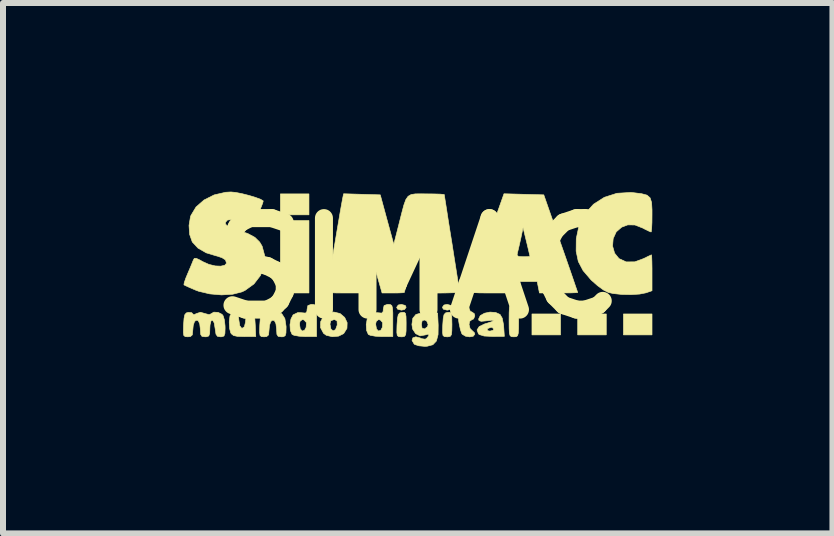
<source format=kicad_pcb>
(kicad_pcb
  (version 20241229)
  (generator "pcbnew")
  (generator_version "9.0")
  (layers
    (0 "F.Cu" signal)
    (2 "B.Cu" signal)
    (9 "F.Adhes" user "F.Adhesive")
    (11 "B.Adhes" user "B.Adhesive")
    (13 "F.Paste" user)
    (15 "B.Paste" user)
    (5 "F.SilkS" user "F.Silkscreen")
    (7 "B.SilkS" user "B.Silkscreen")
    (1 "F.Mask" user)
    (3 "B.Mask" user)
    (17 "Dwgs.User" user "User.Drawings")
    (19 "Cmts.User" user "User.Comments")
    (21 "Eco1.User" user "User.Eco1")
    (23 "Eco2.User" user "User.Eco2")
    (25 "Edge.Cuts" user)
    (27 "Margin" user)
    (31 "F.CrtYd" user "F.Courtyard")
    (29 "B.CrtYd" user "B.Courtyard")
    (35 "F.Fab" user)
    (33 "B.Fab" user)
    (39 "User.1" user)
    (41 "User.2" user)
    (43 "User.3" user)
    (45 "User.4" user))
  (footprint "SIMAC"
    (layer "F.Cu")
    (at 3.907 1.418)
    (property "Reference" "SIMAC" (at 0 0 0) (layer "F.SilkS") (effects (font (size 1.524 1.524) (thickness 0.3))))
    (attr through_hole)
    (fp_poly (pts (xy -1.81 -0.889) (xy -2.286 -0.889) (xy -2.286 -1.238) (xy -1.81 -1.238) (xy -1.81 -0.889)) (stroke (width 0.01) (type solid)) (fill yes) (layer "F.SilkS"))
    (fp_poly (pts (xy -1.81 0.413) (xy -2.286 0.413) (xy -2.286 -0.794) (xy -1.81 -0.794) (xy -1.81 0.413)) (stroke (width 0.01) (type solid)) (fill yes) (layer "F.SilkS"))
    (fp_poly (pts (xy 2.381 1.111) (xy 1.905 1.111) (xy 1.905 0.762) (xy 2.381 0.762) (xy 2.381 1.111)) (stroke (width 0.01) (type solid)) (fill yes) (layer "F.SilkS"))
    (fp_poly (pts (xy 3.143 1.111) (xy 2.667 1.111) (xy 2.667 0.762) (xy 3.143 0.762) (xy 3.143 1.111)) (stroke (width 0.01) (type solid)) (fill yes) (layer "F.SilkS"))
    (fp_poly (pts (xy 3.905 1.111) (xy 3.429 1.111) (xy 3.429 0.762) (xy 3.905 0.762) (xy 3.905 1.111)) (stroke (width 0.01) (type solid)) (fill yes) (layer "F.SilkS"))
    (fp_poly (pts (xy -0.206 0.62) (xy -0.191 0.651) (xy -0.218 0.689) (xy -0.27 0.699) (xy -0.334 0.682) (xy -0.349 0.651) (xy -0.322 0.613) (xy -0.27 0.603) (xy -0.206 0.62)) (stroke (width 0.01) (type solid)) (fill yes) (layer "F.SilkS"))
    (fp_poly (pts (xy 0.556 0.62) (xy 0.572 0.651) (xy 0.544 0.689) (xy 0.492 0.699) (xy 0.428 0.682) (xy 0.413 0.651) (xy 0.44 0.613) (xy 0.492 0.603) (xy 0.556 0.62)) (stroke (width 0.01) (type solid)) (fill yes) (layer "F.SilkS"))
    (fp_poly (pts (xy -0.202 0.753) (xy -0.193 0.806) (xy -0.191 0.905) (xy -0.191 0.934) (xy -0.192 1.046) (xy -0.199 1.108) (xy -0.219 1.136) (xy -0.256 1.143) (xy -0.271 1.143) (xy -0.315 1.14) (xy -0.339 1.121) (xy -0.346 1.07) (xy -0.344 0.975) (xy -0.343 0.945) (xy -0.335 0.835) (xy -0.322 0.774) (xy -0.297 0.745) (xy -0.262 0.736) (xy -0.224 0.735) (xy -0.202 0.753)) (stroke (width 0.01) (type solid)) (fill yes) (layer "F.SilkS"))
    (fp_poly (pts (xy 0.56 0.753) (xy 0.569 0.806) (xy 0.571 0.905) (xy 0.572 0.934) (xy 0.57 1.046) (xy 0.563 1.108) (xy 0.543 1.136) (xy 0.506 1.143) (xy 0.491 1.143) (xy 0.447 1.14) (xy 0.423 1.121) (xy 0.416 1.07) (xy 0.418 0.975) (xy 0.419 0.945) (xy 0.427 0.835) (xy 0.44 0.774) (xy 0.465 0.745) (xy 0.5 0.736) (xy 0.538 0.735) (xy 0.56 0.753)) (stroke (width 0.01) (type solid)) (fill yes) (layer "F.SilkS"))
    (fp_poly (pts (xy 1.642 0.606) (xy 1.665 0.622) (xy 1.677 0.663) (xy 1.682 0.743) (xy 1.683 0.873) (xy 1.682 1.004) (xy 1.677 1.084) (xy 1.665 1.125) (xy 1.642 1.141) (xy 1.603 1.143) (xy 1.565 1.141) (xy 1.541 1.125) (xy 1.529 1.083) (xy 1.525 1.003) (xy 1.524 0.873) (xy 1.525 0.742) (xy 1.529 0.663) (xy 1.542 0.621) (xy 1.565 0.606) (xy 1.603 0.603) (xy 1.642 0.606)) (stroke (width 0.01) (type solid)) (fill yes) (layer "F.SilkS"))
    (fp_poly (pts (xy -1.292 0.755) (xy -1.215 0.82) (xy -1.174 0.907) (xy -1.177 1.002) (xy -1.23 1.087) (xy -1.233 1.09) (xy -1.317 1.132) (xy -1.423 1.141) (xy -1.521 1.118) (xy -1.567 1.085) (xy -1.617 0.99) (xy -1.616 0.931) (xy -1.46 0.931) (xy -1.444 1.013) (xy -1.408 1.044) (xy -1.367 1.023) (xy -1.34 0.949) (xy -1.339 0.942) (xy -1.342 0.879) (xy -1.378 0.858) (xy -1.395 0.857) (xy -1.447 0.876) (xy -1.46 0.931) (xy -1.616 0.931) (xy -1.615 0.891) (xy -1.568 0.804) (xy -1.483 0.746) (xy -1.397 0.73) (xy -1.292 0.755)) (stroke (width 0.01) (type solid)) (fill yes) (layer "F.SilkS"))
    (fp_poly (pts (xy 0.857 0.662) (xy 0.857 0.667) (xy 0.877 0.718) (xy 0.905 0.73) (xy 0.944 0.757) (xy 0.953 0.794) (xy 0.933 0.845) (xy 0.905 0.857) (xy 0.867 0.885) (xy 0.857 0.938) (xy 0.874 1.005) (xy 0.905 1.036) (xy 0.947 1.076) (xy 0.953 1.099) (xy 0.927 1.133) (xy 0.868 1.144) (xy 0.799 1.133) (xy 0.745 1.101) (xy 0.735 1.087) (xy 0.713 1.023) (xy 0.692 0.926) (xy 0.685 0.884) (xy 0.676 0.787) (xy 0.688 0.726) (xy 0.728 0.676) (xy 0.735 0.669) (xy 0.805 0.614) (xy 0.844 0.612) (xy 0.857 0.662)) (stroke (width 0.01) (type solid)) (fill yes) (layer "F.SilkS"))
    (fp_poly (pts (xy -2.784 0.736) (xy -2.745 0.749) (xy -2.723 0.783) (xy -2.711 0.853) (xy -2.705 0.942) (xy -2.696 1.138) (xy -2.888 1.139) (xy -3 1.136) (xy -3.066 1.122) (xy -3.103 1.093) (xy -3.113 1.077) (xy -3.132 1.005) (xy -3.138 0.906) (xy -3.137 0.88) (xy -3.125 0.792) (xy -3.098 0.749) (xy -3.058 0.736) (xy -3.014 0.738) (xy -2.991 0.77) (xy -2.98 0.847) (xy -2.978 0.863) (xy -2.963 0.958) (xy -2.933 0.998) (xy -2.921 1) (xy -2.886 0.976) (xy -2.867 0.899) (xy -2.864 0.863) (xy -2.853 0.778) (xy -2.833 0.74) (xy -2.792 0.735) (xy -2.784 0.736)) (stroke (width 0.01) (type solid)) (fill yes) (layer "F.SilkS"))
    (fp_poly (pts (xy -1.724 0.606) (xy -1.7 0.622) (xy -1.688 0.664) (xy -1.683 0.745) (xy -1.683 0.871) (xy -1.683 1.138) (xy -1.869 1.139) (xy -1.975 1.133) (xy -2.058 1.118) (xy -2.091 1.103) (xy -2.12 1.037) (xy -2.126 0.942) (xy -2.124 0.931) (xy -1.968 0.931) (xy -1.955 1.011) (xy -1.922 1.047) (xy -1.883 1.033) (xy -1.857 0.985) (xy -1.852 0.906) (xy -1.892 0.862) (xy -1.923 0.857) (xy -1.959 0.885) (xy -1.968 0.931) (xy -2.124 0.931) (xy -2.11 0.846) (xy -2.074 0.777) (xy -1.995 0.739) (xy -1.932 0.742) (xy -1.867 0.748) (xy -1.844 0.721) (xy -1.841 0.682) (xy -1.828 0.622) (xy -1.776 0.604) (xy -1.762 0.603) (xy -1.724 0.606)) (stroke (width 0.01) (type solid)) (fill yes) (layer "F.SilkS"))
    (fp_poly (pts (xy -0.454 0.606) (xy -0.43 0.622) (xy -0.418 0.664) (xy -0.413 0.745) (xy -0.413 0.871) (xy -0.413 1.138) (xy -0.599 1.139) (xy -0.705 1.133) (xy -0.788 1.118) (xy -0.821 1.103) (xy -0.85 1.037) (xy -0.856 0.942) (xy -0.854 0.931) (xy -0.699 0.931) (xy -0.685 1.011) (xy -0.652 1.047) (xy -0.613 1.033) (xy -0.587 0.985) (xy -0.582 0.906) (xy -0.622 0.862) (xy -0.653 0.857) (xy -0.689 0.885) (xy -0.699 0.931) (xy -0.854 0.931) (xy -0.84 0.846) (xy -0.804 0.777) (xy -0.725 0.739) (xy -0.662 0.742) (xy -0.597 0.748) (xy -0.574 0.721) (xy -0.572 0.682) (xy -0.558 0.622) (xy -0.506 0.604) (xy -0.492 0.603) (xy -0.454 0.606)) (stroke (width 0.01) (type solid)) (fill yes) (layer "F.SilkS"))
    (fp_poly (pts (xy -2.263 0.758) (xy -2.211 0.84) (xy -2.191 0.971) (xy -2.191 0.987) (xy -2.193 1.08) (xy -2.207 1.126) (xy -2.24 1.142) (xy -2.27 1.143) (xy -2.322 1.136) (xy -2.344 1.103) (xy -2.349 1.025) (xy -2.349 1.018) (xy -2.36 0.925) (xy -2.387 0.872) (xy -2.423 0.867) (xy -2.448 0.893) (xy -2.468 0.954) (xy -2.476 1.04) (xy -2.483 1.111) (xy -2.515 1.139) (xy -2.557 1.143) (xy -2.601 1.14) (xy -2.625 1.121) (xy -2.632 1.07) (xy -2.63 0.975) (xy -2.629 0.945) (xy -2.621 0.835) (xy -2.608 0.774) (xy -2.583 0.745) (xy -2.548 0.736) (xy -2.491 0.743) (xy -2.477 0.766) (xy -2.467 0.79) (xy -2.438 0.768) (xy -2.374 0.734) (xy -2.345 0.73) (xy -2.263 0.758)) (stroke (width 0.01) (type solid)) (fill yes) (layer "F.SilkS"))
    (fp_poly (pts (xy 1.301 0.738) (xy 1.373 0.77) (xy 1.41 0.833) (xy 1.432 0.945) (xy 1.434 0.973) (xy 1.445 1.136) (xy 1.248 1.137) (xy 1.108 1.13) (xy 1.027 1.105) (xy 1.014 1.093) (xy 0.99 1.029) (xy 0.998 1.016) (xy 1.159 1.016) (xy 1.169 1.041) (xy 1.205 1.048) (xy 1.257 1.035) (xy 1.27 1.016) (xy 1.244 0.988) (xy 1.224 0.984) (xy 1.17 1.004) (xy 1.159 1.016) (xy 0.998 1.016) (xy 1.026 0.972) (xy 1.12 0.927) (xy 1.141 0.921) (xy 1.234 0.892) (xy 1.266 0.873) (xy 1.238 0.866) (xy 1.149 0.876) (xy 1.143 0.877) (xy 1.06 0.885) (xy 1.023 0.873) (xy 1.016 0.847) (xy 1.044 0.79) (xy 1.114 0.75) (xy 1.206 0.731) (xy 1.301 0.738)) (stroke (width 0.01) (type solid)) (fill yes) (layer "F.SilkS"))
    (fp_poly (pts (xy 0.333 0.746) (xy 0.343 0.948) (xy 0.341 1.106) (xy 0.313 1.213) (xy 0.254 1.275) (xy 0.159 1.3) (xy 0.117 1.302) (xy 0.023 1.293) (xy -0.045 1.272) (xy -0.057 1.264) (xy -0.093 1.203) (xy -0.079 1.16) (xy -0.029 1.143) (xy 0.045 1.163) (xy 0.062 1.173) (xy 0.126 1.183) (xy 0.15 1.169) (xy 0.188 1.122) (xy 0.178 1.098) (xy 0.126 1.112) (xy 0.125 1.112) (xy 0.042 1.127) (xy -0.033 1.09) (xy -0.083 1.014) (xy -0.095 0.938) (xy -0.095 0.937) (xy 0.064 0.937) (xy 0.074 0.998) (xy 0.113 1.011) (xy 0.119 1.01) (xy 0.165 0.974) (xy 0.175 0.937) (xy 0.151 0.88) (xy 0.119 0.863) (xy 0.077 0.872) (xy 0.064 0.928) (xy 0.064 0.937) (xy -0.095 0.937) (xy -0.08 0.834) (xy -0.028 0.771) (xy 0.068 0.743) (xy 0.167 0.74) (xy 0.333 0.746)) (stroke (width 0.01) (type solid)) (fill yes) (layer "F.SilkS"))
    (fp_poly (pts (xy 1.77 -1.231) (xy 2.102 -1.222) (xy 2.384 -0.413) (xy 2.459 -0.199) (xy 2.526 -0.006) (xy 2.583 0.159) (xy 2.627 0.288) (xy 2.656 0.372) (xy 2.667 0.405) (xy 2.667 0.405) (xy 2.637 0.408) (xy 2.558 0.411) (xy 2.442 0.412) (xy 2.349 0.413) (xy 2.03 0.413) (xy 1.992 0.222) (xy 1.532 0.222) (xy 1.494 0.413) (xy 1.172 0.413) (xy 1.024 0.411) (xy 0.93 0.406) (xy 0.881 0.395) (xy 0.866 0.378) (xy 0.868 0.368) (xy 0.883 0.327) (xy 0.916 0.234) (xy 0.964 0.099) (xy 1.024 -0.071) (xy 1.075 -0.215) (xy 1.657 -0.215) (xy 1.684 -0.195) (xy 1.758 -0.191) (xy 1.758 -0.191) (xy 1.833 -0.192) (xy 1.871 -0.197) (xy 1.872 -0.198) (xy 1.864 -0.231) (xy 1.846 -0.309) (xy 1.82 -0.418) (xy 1.814 -0.442) (xy 1.757 -0.677) (xy 1.721 -0.505) (xy 1.696 -0.394) (xy 1.674 -0.299) (xy 1.664 -0.262) (xy 1.657 -0.215) (xy 1.075 -0.215) (xy 1.094 -0.267) (xy 1.162 -0.459) (xy 1.439 -1.24) (xy 1.77 -1.231)) (stroke (width 0.01) (type solid)) (fill yes) (layer "F.SilkS"))
    (fp_poly (pts (xy 3.595 -1.258) (xy 3.732 -1.241) (xy 3.822 -1.217) (xy 3.873 -1.172) (xy 3.898 -1.095) (xy 3.905 -0.973) (xy 3.905 -0.888) (xy 3.904 -0.762) (xy 3.899 -0.665) (xy 3.893 -0.61) (xy 3.889 -0.603) (xy 3.854 -0.617) (xy 3.784 -0.651) (xy 3.755 -0.667) (xy 3.621 -0.72) (xy 3.502 -0.722) (xy 3.4 -0.684) (xy 3.309 -0.605) (xy 3.258 -0.493) (xy 3.248 -0.369) (xy 3.282 -0.25) (xy 3.355 -0.16) (xy 3.475 -0.105) (xy 3.617 -0.106) (xy 3.762 -0.159) (xy 3.84 -0.197) (xy 3.889 -0.22) (xy 3.896 -0.222) (xy 3.9 -0.193) (xy 3.903 -0.114) (xy 3.905 0.001) (xy 3.905 0.076) (xy 3.905 0.375) (xy 3.805 0.41) (xy 3.699 0.431) (xy 3.556 0.44) (xy 3.4 0.437) (xy 3.258 0.422) (xy 3.175 0.403) (xy 3.098 0.364) (xy 2.999 0.292) (xy 2.897 0.202) (xy 2.887 0.192) (xy 2.757 0.04) (xy 2.677 -0.112) (xy 2.641 -0.283) (xy 2.643 -0.491) (xy 2.69 -0.715) (xy 2.789 -0.909) (xy 2.931 -1.066) (xy 3.111 -1.181) (xy 3.32 -1.248) (xy 3.552 -1.262) (xy 3.595 -1.258)) (stroke (width 0.01) (type solid)) (fill yes) (layer "F.SilkS"))
    (fp_poly (pts (xy -3.323 0.736) (xy -3.259 0.768) (xy -3.24 0.792) (xy -3.219 0.861) (xy -3.208 0.96) (xy -3.207 0.998) (xy -3.21 1.087) (xy -3.226 1.13) (xy -3.263 1.142) (xy -3.284 1.143) (xy -3.334 1.135) (xy -3.359 1.1) (xy -3.371 1.02) (xy -3.372 1.011) (xy -3.389 0.911) (xy -3.415 0.865) (xy -3.441 0.876) (xy -3.458 0.944) (xy -3.461 0.997) (xy -3.464 1.087) (xy -3.479 1.129) (xy -3.517 1.142) (xy -3.54 1.143) (xy -3.592 1.136) (xy -3.614 1.103) (xy -3.619 1.025) (xy -3.619 1.018) (xy -3.63 0.925) (xy -3.657 0.872) (xy -3.693 0.867) (xy -3.718 0.893) (xy -3.738 0.954) (xy -3.746 1.04) (xy -3.753 1.111) (xy -3.785 1.139) (xy -3.827 1.143) (xy -3.871 1.14) (xy -3.895 1.121) (xy -3.902 1.07) (xy -3.9 0.975) (xy -3.899 0.945) (xy -3.891 0.835) (xy -3.878 0.774) (xy -3.853 0.745) (xy -3.818 0.736) (xy -3.763 0.741) (xy -3.747 0.76) (xy -3.727 0.776) (xy -3.685 0.756) (xy -3.618 0.734) (xy -3.544 0.755) (xy -3.473 0.774) (xy -3.444 0.761) (xy -3.395 0.732) (xy -3.323 0.736)) (stroke (width 0.01) (type solid)) (fill yes) (layer "F.SilkS"))
    (fp_poly (pts (xy -3.029 -1.262) (xy -2.923 -1.241) (xy -2.808 -1.212) (xy -2.7 -1.179) (xy -2.616 -1.148) (xy -2.574 -1.123) (xy -2.572 -1.118) (xy -2.583 -1.079) (xy -2.614 -1) (xy -2.656 -0.896) (xy -2.656 -0.896) (xy -2.707 -0.786) (xy -2.745 -0.729) (xy -2.779 -0.714) (xy -2.791 -0.717) (xy -2.958 -0.78) (xy -3.084 -0.809) (xy -3.167 -0.803) (xy -3.201 -0.764) (xy -3.2 -0.736) (xy -3.161 -0.693) (xy -3.061 -0.65) (xy -2.997 -0.631) (xy -2.828 -0.577) (xy -2.711 -0.514) (xy -2.631 -0.435) (xy -2.59 -0.366) (xy -2.546 -0.203) (xy -2.557 -0.036) (xy -2.619 0.123) (xy -2.727 0.263) (xy -2.875 0.37) (xy -2.928 0.395) (xy -3.081 0.434) (xy -3.267 0.445) (xy -3.462 0.428) (xy -3.645 0.385) (xy -3.694 0.367) (xy -3.792 0.325) (xy -3.865 0.292) (xy -3.893 0.277) (xy -3.888 0.243) (xy -3.863 0.169) (xy -3.831 0.092) (xy -3.787 -0.011) (xy -3.752 -0.096) (xy -3.737 -0.134) (xy -3.72 -0.163) (xy -3.689 -0.165) (xy -3.628 -0.137) (xy -3.581 -0.11) (xy -3.476 -0.063) (xy -3.372 -0.038) (xy -3.28 -0.034) (xy -3.213 -0.049) (xy -3.183 -0.083) (xy -3.2 -0.135) (xy -3.205 -0.141) (xy -3.259 -0.175) (xy -3.343 -0.203) (xy -3.357 -0.206) (xy -3.522 -0.256) (xy -3.659 -0.335) (xy -3.751 -0.434) (xy -3.754 -0.438) (xy -3.798 -0.563) (xy -3.808 -0.712) (xy -3.784 -0.857) (xy -3.776 -0.879) (xy -3.691 -1.02) (xy -3.558 -1.136) (xy -3.389 -1.221) (xy -3.198 -1.265) (xy -3.109 -1.27) (xy -3.029 -1.262)) (stroke (width 0.01) (type solid)) (fill yes) (layer "F.SilkS"))
    (fp_poly (pts (xy -0.928 -1.231) (xy -0.622 -1.222) (xy -0.51 -0.81) (xy -0.397 -0.397) (xy -0.312 -0.73) (xy -0.265 -0.917) (xy -0.229 -1.052) (xy -0.196 -1.143) (xy -0.158 -1.198) (xy -0.108 -1.227) (xy -0.038 -1.238) (xy 0.059 -1.239) (xy 0.142 -1.238) (xy 0.272 -1.237) (xy 0.374 -1.234) (xy 0.434 -1.229) (xy 0.445 -1.226) (xy 0.449 -1.193) (xy 0.463 -1.105) (xy 0.484 -0.972) (xy 0.51 -0.802) (xy 0.542 -0.602) (xy 0.572 -0.417) (xy 0.606 -0.199) (xy 0.637 -0.003) (xy 0.663 0.163) (xy 0.683 0.29) (xy 0.695 0.371) (xy 0.699 0.397) (xy 0.669 0.404) (xy 0.59 0.409) (xy 0.477 0.412) (xy 0.413 0.413) (xy 0.301 0.414) (xy 0.22 0.412) (xy 0.164 0.397) (xy 0.128 0.361) (xy 0.105 0.294) (xy 0.089 0.188) (xy 0.073 0.034) (xy 0.06 -0.091) (xy 0.023 -0.451) (xy -0.099 -0.027) (xy -0.144 0.127) (xy -0.181 0.257) (xy -0.207 0.352) (xy -0.221 0.401) (xy -0.222 0.405) (xy -0.251 0.409) (xy -0.326 0.412) (xy -0.407 0.413) (xy -0.592 0.413) (xy -0.717 -0.024) (xy -0.841 -0.46) (xy -0.887 -0.024) (xy -0.932 0.413) (xy -1.228 0.413) (xy -1.367 0.412) (xy -1.453 0.408) (xy -1.498 0.398) (xy -1.514 0.38) (xy -1.511 0.349) (xy -1.509 0.341) (xy -1.5 0.289) (xy -1.481 0.185) (xy -1.456 0.04) (xy -1.425 -0.138) (xy -1.392 -0.336) (xy -1.381 -0.397) (xy -1.347 -0.6) (xy -1.315 -0.788) (xy -1.288 -0.947) (xy -1.266 -1.069) (xy -1.253 -1.142) (xy -1.251 -1.152) (xy -1.233 -1.24) (xy -0.928 -1.231)) (stroke (width 0.01) (type solid)) (fill yes) (layer "F.SilkS")))
  (gr_rect
    (start -3 -3)
    (end 10.818 5.836)
    (stroke (width 0.1) (type default))
    (fill no)
    (layer "Edge.Cuts")))
</source>
